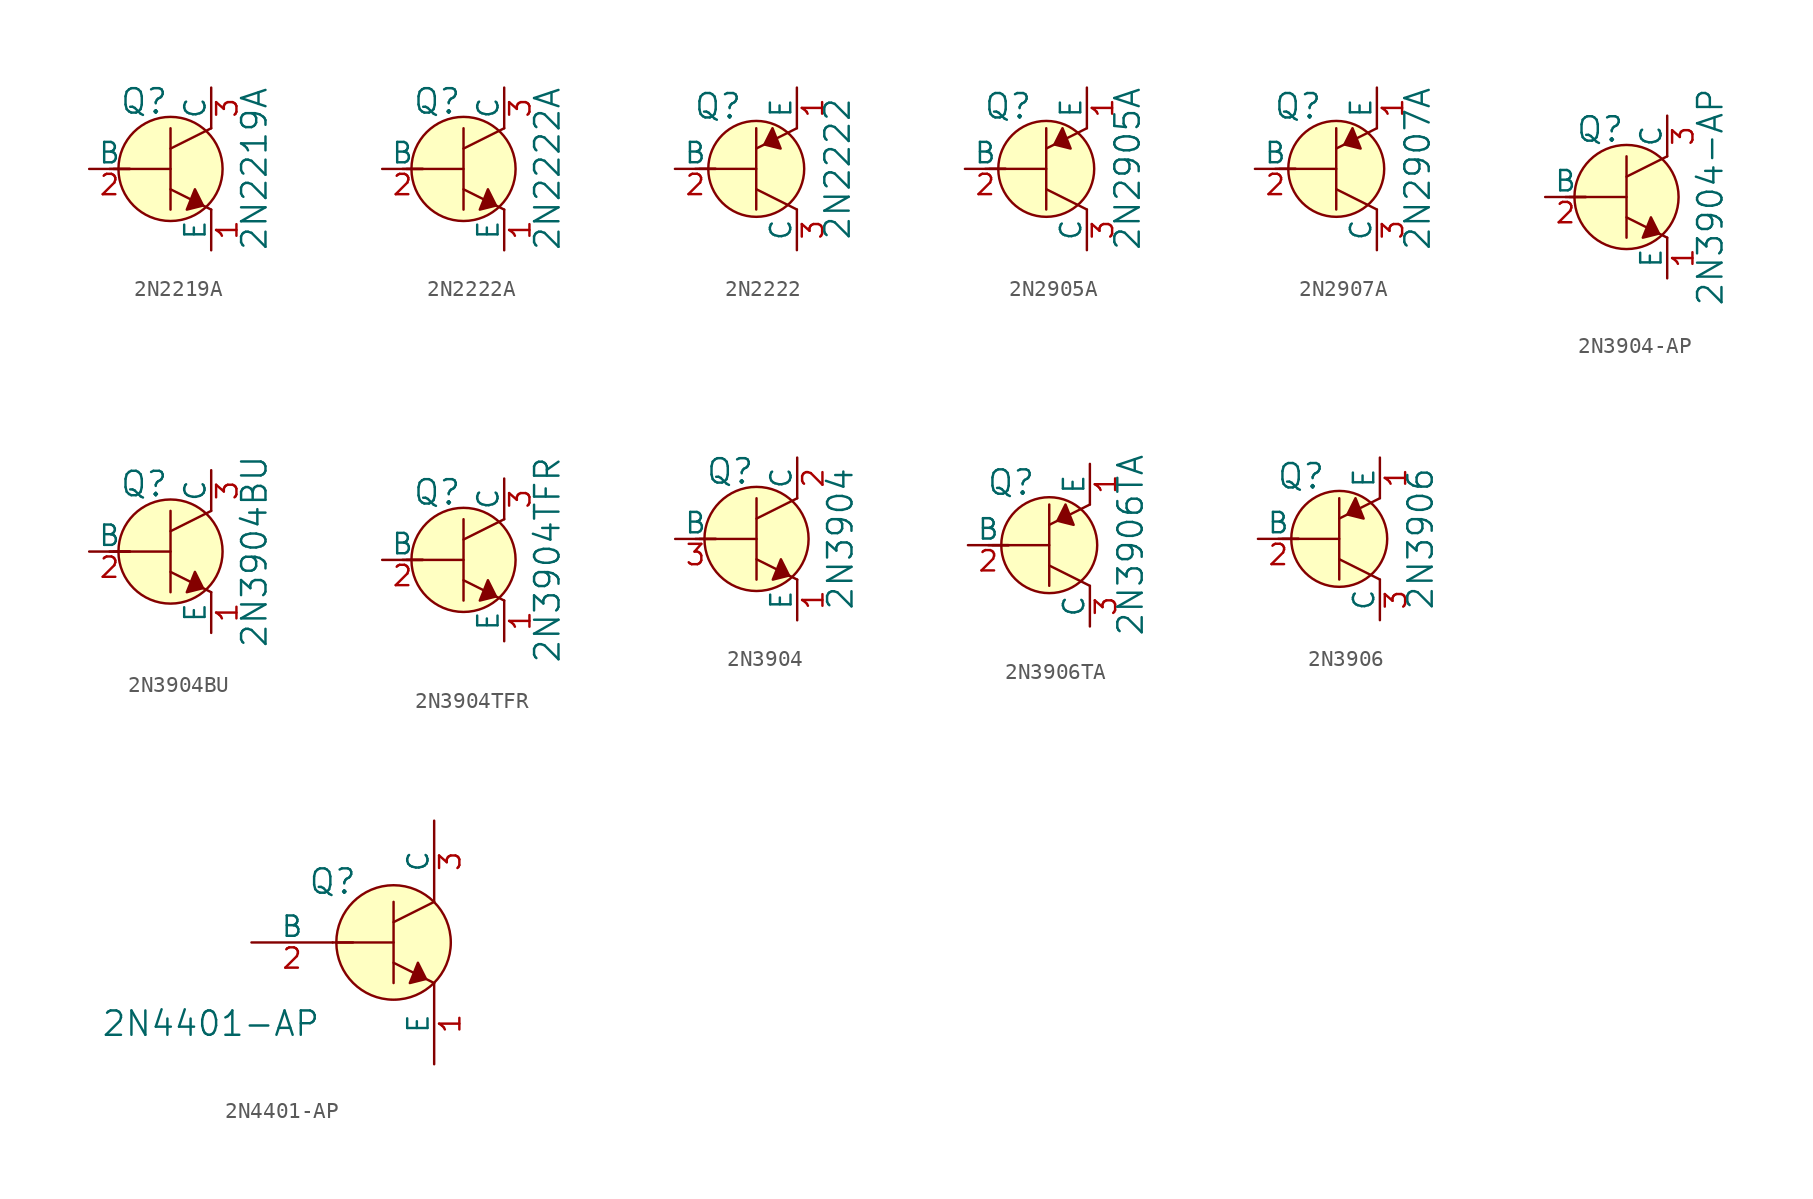
<source format=kicad_sym>
(kicad_symbol_lib
  (version 20201005)
  (generator kicad_symbol_editor)
  (symbol "2N2219A"
    (pin_names
      (offset 0))
    (property "Reference" "Q"
      (at -3.2 4.216 0)
      (effects (font (size 1.524 1.524)) (justify left)))
    (property "Value" "2N2219A"
      (at 5.232 0 90)
      (effects (font (size 1.524 1.524))))
    (symbol "2N2219A_0_1"
      (circle (center 0 0) (radius 3.251) (stroke (width 0)) (fill (type background)))
      (polyline (pts (xy -3.81 0) (xy -2.54 0)) (stroke (width 0)) (fill (type none)))
      (polyline (pts (xy -3.556 0) (xy 0 0)) (stroke (width 0)) (fill (type none)))
      (polyline (pts (xy 0 -1.27) (xy 2.54 -2.54)) (stroke (width 0)) (fill (type none)))
      (polyline (pts (xy 0 1.27) (xy 2.54 2.54)) (stroke (width 0)) (fill (type none)))
      (polyline (pts (xy 0 2.54) (xy 0 -2.54)) (stroke (width 0)) (fill (type none)))
      (polyline (pts (xy 1.524 -1.27) (xy 2.032 -2.286) (xy 1.016 -2.54) (xy 1.524 -1.27)) (stroke (width 0)) (fill (type outline))))
    (symbol "2N2219A_1_1"
      (pin passive line (at 2.54 -5.08 90) (length 2.54) (name "E" (effects (font (size 1.27 1.27)))) (number "1" (effects (font (size 1.27 1.27)))))
      (pin input line (at -5.08 0 0) (length 2.54) (name "B" (effects (font (size 1.27 1.27)))) (number "2" (effects (font (size 1.27 1.27)))))
      (pin passive line (at 2.54 5.08 270) (length 2.54) (name "C" (effects (font (size 1.27 1.27)))) (number "3" (effects (font (size 1.27 1.27)))))))
  (symbol "2N2222A"
    (pin_names
      (offset 0))
    (property "Reference" "Q"
      (at -3.2 4.216 0)
      (effects (font (size 1.524 1.524)) (justify left)))
    (property "Value" "2N2222A"
      (at 5.232 0 90)
      (effects (font (size 1.524 1.524))))
    (symbol "2N2222A_0_1"
      (circle (center 0 0) (radius 3.251) (stroke (width 0)) (fill (type background)))
      (polyline (pts (xy -3.81 0) (xy -2.54 0)) (stroke (width 0)) (fill (type none)))
      (polyline (pts (xy -3.556 0) (xy 0 0)) (stroke (width 0)) (fill (type none)))
      (polyline (pts (xy 0 -1.27) (xy 2.54 -2.54)) (stroke (width 0)) (fill (type none)))
      (polyline (pts (xy 0 1.27) (xy 2.54 2.54)) (stroke (width 0)) (fill (type none)))
      (polyline (pts (xy 0 2.54) (xy 0 -2.54)) (stroke (width 0)) (fill (type none)))
      (polyline (pts (xy 1.524 -1.27) (xy 2.032 -2.286) (xy 1.016 -2.54) (xy 1.524 -1.27)) (stroke (width 0)) (fill (type outline))))
    (symbol "2N2222A_1_1"
      (pin passive line (at 2.54 -5.08 90) (length 2.54) (name "E" (effects (font (size 1.27 1.27)))) (number "1" (effects (font (size 1.27 1.27)))))
      (pin input line (at -5.08 0 0) (length 2.54) (name "B" (effects (font (size 1.27 1.27)))) (number "2" (effects (font (size 1.27 1.27)))))
      (pin passive line (at 2.54 5.08 270) (length 2.54) (name "C" (effects (font (size 1.27 1.27)))) (number "3" (effects (font (size 1.27 1.27)))))))
  (symbol "2N2222"
    (pin_names
      (offset 0))
    (property "Reference" "Q"
      (at -2.388 3.912 0)
      (effects (font (size 1.524 1.524))))
    (property "Value" "2N2222"
      (at 5.08 0 90)
      (effects (font (size 1.524 1.524))))
    (symbol "2N2222_0_1"
      (circle (center 0 0) (radius 2.997) (stroke (width 0)) (fill (type background)))
      (polyline (pts (xy -3.81 0) (xy -2.54 0)) (stroke (width 0)) (fill (type none)))
      (polyline (pts (xy -3.556 0) (xy 0 0)) (stroke (width 0)) (fill (type none)))
      (polyline (pts (xy 0 -1.27) (xy 2.54 -2.54)) (stroke (width 0)) (fill (type none)))
      (polyline (pts (xy 0 1.27) (xy 2.54 2.54)) (stroke (width 0)) (fill (type none)))
      (polyline (pts (xy 0 2.54) (xy 0 -2.54)) (stroke (width 0)) (fill (type none)))
      (polyline (pts (xy 1.016 2.54) (xy 0.508 1.524) (xy 1.524 1.27) (xy 1.016 2.54)) (stroke (width 0)) (fill (type outline))))
    (symbol "2N2222_1_1"
      (pin passive line (at 2.54 5.08 270) (length 2.54) (name "E" (effects (font (size 1.27 1.27)))) (number "1" (effects (font (size 1.27 1.27)))))
      (pin input line (at -5.08 0 0) (length 2.54) (name "B" (effects (font (size 1.27 1.27)))) (number "2" (effects (font (size 1.27 1.27)))))
      (pin passive line (at 2.54 -5.08 90) (length 2.54) (name "C" (effects (font (size 1.27 1.27)))) (number "3" (effects (font (size 1.27 1.27)))))))
  (symbol "2N2905A"
    (pin_names
      (offset 0))
    (property "Reference" "Q"
      (at -2.388 3.912 0)
      (effects (font (size 1.524 1.524))))
    (property "Value" "2N2905A"
      (at 5.08 0 90)
      (effects (font (size 1.524 1.524))))
    (symbol "2N2905A_0_1"
      (circle (center 0 0) (radius 2.997) (stroke (width 0)) (fill (type background)))
      (polyline (pts (xy -3.81 0) (xy -2.54 0)) (stroke (width 0)) (fill (type none)))
      (polyline (pts (xy -3.556 0) (xy 0 0)) (stroke (width 0)) (fill (type none)))
      (polyline (pts (xy 0 -1.27) (xy 2.54 -2.54)) (stroke (width 0)) (fill (type none)))
      (polyline (pts (xy 0 1.27) (xy 2.54 2.54)) (stroke (width 0)) (fill (type none)))
      (polyline (pts (xy 0 2.54) (xy 0 -2.54)) (stroke (width 0)) (fill (type none)))
      (polyline (pts (xy 1.016 2.54) (xy 0.508 1.524) (xy 1.524 1.27) (xy 1.016 2.54)) (stroke (width 0)) (fill (type outline))))
    (symbol "2N2905A_1_1"
      (pin passive line (at 2.54 5.08 270) (length 2.54) (name "E" (effects (font (size 1.27 1.27)))) (number "1" (effects (font (size 1.27 1.27)))))
      (pin input line (at -5.08 0 0) (length 2.54) (name "B" (effects (font (size 1.27 1.27)))) (number "2" (effects (font (size 1.27 1.27)))))
      (pin passive line (at 2.54 -5.08 90) (length 2.54) (name "C" (effects (font (size 1.27 1.27)))) (number "3" (effects (font (size 1.27 1.27)))))))
  (symbol "2N2907A"
    (pin_names
      (offset 0))
    (property "Reference" "Q"
      (at -2.388 3.912 0)
      (effects (font (size 1.524 1.524))))
    (property "Value" "2N2907A"
      (at 5.08 0 90)
      (effects (font (size 1.524 1.524))))
    (symbol "2N2907A_0_1"
      (circle (center 0 0) (radius 2.997) (stroke (width 0)) (fill (type background)))
      (polyline (pts (xy -3.81 0) (xy -2.54 0)) (stroke (width 0)) (fill (type none)))
      (polyline (pts (xy -3.556 0) (xy 0 0)) (stroke (width 0)) (fill (type none)))
      (polyline (pts (xy 0 -1.27) (xy 2.54 -2.54)) (stroke (width 0)) (fill (type none)))
      (polyline (pts (xy 0 1.27) (xy 2.54 2.54)) (stroke (width 0)) (fill (type none)))
      (polyline (pts (xy 0 2.54) (xy 0 -2.54)) (stroke (width 0)) (fill (type none)))
      (polyline (pts (xy 1.016 2.54) (xy 0.508 1.524) (xy 1.524 1.27) (xy 1.016 2.54)) (stroke (width 0)) (fill (type outline))))
    (symbol "2N2907A_1_1"
      (pin passive line (at 2.54 5.08 270) (length 2.54) (name "E" (effects (font (size 1.27 1.27)))) (number "1" (effects (font (size 1.27 1.27)))))
      (pin input line (at -5.08 0 0) (length 2.54) (name "B" (effects (font (size 1.27 1.27)))) (number "2" (effects (font (size 1.27 1.27)))))
      (pin passive line (at 2.54 -5.08 90) (length 2.54) (name "C" (effects (font (size 1.27 1.27)))) (number "3" (effects (font (size 1.27 1.27)))))))
  (symbol "2N3904-AP"
    (pin_names
      (offset 0))
    (property "Reference" "Q"
      (at -3.2 4.216 0)
      (effects (font (size 1.524 1.524)) (justify left)))
    (property "Value" "2N3904-AP"
      (at 5.232 0 90)
      (effects (font (size 1.524 1.524))))
    (symbol "2N3904-AP_0_1"
      (circle (center 0 0) (radius 3.251) (stroke (width 0)) (fill (type background)))
      (polyline (pts (xy -3.81 0) (xy -2.54 0)) (stroke (width 0)) (fill (type none)))
      (polyline (pts (xy -3.556 0) (xy 0 0)) (stroke (width 0)) (fill (type none)))
      (polyline (pts (xy 0 -1.27) (xy 2.54 -2.54)) (stroke (width 0)) (fill (type none)))
      (polyline (pts (xy 0 1.27) (xy 2.54 2.54)) (stroke (width 0)) (fill (type none)))
      (polyline (pts (xy 0 2.54) (xy 0 -2.54)) (stroke (width 0)) (fill (type none)))
      (polyline (pts (xy 1.524 -1.27) (xy 2.032 -2.286) (xy 1.016 -2.54) (xy 1.524 -1.27)) (stroke (width 0)) (fill (type outline))))
    (symbol "2N3904-AP_1_1"
      (pin passive line (at 2.54 -5.08 90) (length 2.54) (name "E" (effects (font (size 1.27 1.27)))) (number "1" (effects (font (size 1.27 1.27)))))
      (pin input line (at -5.08 0 0) (length 2.54) (name "B" (effects (font (size 1.27 1.27)))) (number "2" (effects (font (size 1.27 1.27)))))
      (pin passive line (at 2.54 5.08 270) (length 2.54) (name "C" (effects (font (size 1.27 1.27)))) (number "3" (effects (font (size 1.27 1.27)))))))
  (symbol "2N3904BU"
    (pin_names
      (offset 0))
    (property "Reference" "Q"
      (at -3.2 4.216 0)
      (effects (font (size 1.524 1.524)) (justify left)))
    (property "Value" "2N3904BU"
      (at 5.232 0 90)
      (effects (font (size 1.524 1.524))))
    (symbol "2N3904BU_0_1"
      (circle (center 0 0) (radius 3.251) (stroke (width 0)) (fill (type background)))
      (polyline (pts (xy -3.81 0) (xy -2.54 0)) (stroke (width 0)) (fill (type none)))
      (polyline (pts (xy -3.556 0) (xy 0 0)) (stroke (width 0)) (fill (type none)))
      (polyline (pts (xy 0 -1.27) (xy 2.54 -2.54)) (stroke (width 0)) (fill (type none)))
      (polyline (pts (xy 0 1.27) (xy 2.54 2.54)) (stroke (width 0)) (fill (type none)))
      (polyline (pts (xy 0 2.54) (xy 0 -2.54)) (stroke (width 0)) (fill (type none)))
      (polyline (pts (xy 1.524 -1.27) (xy 2.032 -2.286) (xy 1.016 -2.54) (xy 1.524 -1.27)) (stroke (width 0)) (fill (type outline))))
    (symbol "2N3904BU_1_1"
      (pin passive line (at 2.54 -5.08 90) (length 2.54) (name "E" (effects (font (size 1.27 1.27)))) (number "1" (effects (font (size 1.27 1.27)))))
      (pin input line (at -5.08 0 0) (length 2.54) (name "B" (effects (font (size 1.27 1.27)))) (number "2" (effects (font (size 1.27 1.27)))))
      (pin passive line (at 2.54 5.08 270) (length 2.54) (name "C" (effects (font (size 1.27 1.27)))) (number "3" (effects (font (size 1.27 1.27)))))))
  (symbol "2N3904TFR"
    (pin_names
      (offset 0))
    (property "Reference" "Q"
      (at -3.2 4.216 0)
      (effects (font (size 1.524 1.524)) (justify left)))
    (property "Value" "2N3904TFR"
      (at 5.232 0 90)
      (effects (font (size 1.524 1.524))))
    (symbol "2N3904TFR_0_1"
      (circle (center 0 0) (radius 3.251) (stroke (width 0)) (fill (type background)))
      (polyline (pts (xy -3.81 0) (xy -2.54 0)) (stroke (width 0)) (fill (type none)))
      (polyline (pts (xy -3.556 0) (xy 0 0)) (stroke (width 0)) (fill (type none)))
      (polyline (pts (xy 0 -1.27) (xy 2.54 -2.54)) (stroke (width 0)) (fill (type none)))
      (polyline (pts (xy 0 1.27) (xy 2.54 2.54)) (stroke (width 0)) (fill (type none)))
      (polyline (pts (xy 0 2.54) (xy 0 -2.54)) (stroke (width 0)) (fill (type none)))
      (polyline (pts (xy 1.524 -1.27) (xy 2.032 -2.286) (xy 1.016 -2.54) (xy 1.524 -1.27)) (stroke (width 0)) (fill (type outline))))
    (symbol "2N3904TFR_1_1"
      (pin passive line (at 2.54 -5.08 90) (length 2.54) (name "E" (effects (font (size 1.27 1.27)))) (number "1" (effects (font (size 1.27 1.27)))))
      (pin input line (at -5.08 0 0) (length 2.54) (name "B" (effects (font (size 1.27 1.27)))) (number "2" (effects (font (size 1.27 1.27)))))
      (pin passive line (at 2.54 5.08 270) (length 2.54) (name "C" (effects (font (size 1.27 1.27)))) (number "3" (effects (font (size 1.27 1.27)))))))
  (symbol "2N3904"
    (pin_names
      (offset 0))
    (property "Reference" "Q"
      (at -3.2 4.216 0)
      (effects (font (size 1.524 1.524)) (justify left)))
    (property "Value" "2N3904"
      (at 5.232 0 90)
      (effects (font (size 1.524 1.524))))
    (symbol "2N3904_0_1"
      (circle (center 0 0) (radius 3.251) (stroke (width 0)) (fill (type background)))
      (polyline (pts (xy -3.81 0) (xy -2.54 0)) (stroke (width 0)) (fill (type none)))
      (polyline (pts (xy -3.556 0) (xy 0 0)) (stroke (width 0)) (fill (type none)))
      (polyline (pts (xy 0 -1.27) (xy 2.54 -2.54)) (stroke (width 0)) (fill (type none)))
      (polyline (pts (xy 0 1.27) (xy 2.54 2.54)) (stroke (width 0)) (fill (type none)))
      (polyline (pts (xy 0 2.54) (xy 0 -2.54)) (stroke (width 0)) (fill (type none)))
      (polyline (pts (xy 1.524 -1.27) (xy 2.032 -2.286) (xy 1.016 -2.54) (xy 1.524 -1.27)) (stroke (width 0)) (fill (type outline))))
    (symbol "2N3904_1_1"
      (pin passive line (at 2.54 -5.08 90) (length 2.54) (name "E" (effects (font (size 1.27 1.27)))) (number "1" (effects (font (size 1.27 1.27)))))
      (pin passive line (at 2.54 5.08 270) (length 2.54) (name "C" (effects (font (size 1.27 1.27)))) (number "2" (effects (font (size 1.27 1.27)))))
      (pin input line (at -5.08 0 0) (length 2.54) (name "B" (effects (font (size 1.27 1.27)))) (number "3" (effects (font (size 1.27 1.27)))))))
  (symbol "2N3906TA"
    (pin_names
      (offset 0))
    (property "Reference" "Q"
      (at -2.388 3.912 0)
      (effects (font (size 1.524 1.524))))
    (property "Value" "2N3906TA"
      (at 5.08 0 90)
      (effects (font (size 1.524 1.524))))
    (symbol "2N3906TA_0_1"
      (circle (center 0 0) (radius 2.997) (stroke (width 0)) (fill (type background)))
      (polyline (pts (xy -3.81 0) (xy -2.54 0)) (stroke (width 0)) (fill (type none)))
      (polyline (pts (xy -3.556 0) (xy 0 0)) (stroke (width 0)) (fill (type none)))
      (polyline (pts (xy 0 -1.27) (xy 2.54 -2.54)) (stroke (width 0)) (fill (type none)))
      (polyline (pts (xy 0 1.27) (xy 2.54 2.54)) (stroke (width 0)) (fill (type none)))
      (polyline (pts (xy 0 2.54) (xy 0 -2.54)) (stroke (width 0)) (fill (type none)))
      (polyline (pts (xy 1.016 2.54) (xy 0.508 1.524) (xy 1.524 1.27) (xy 1.016 2.54)) (stroke (width 0)) (fill (type outline))))
    (symbol "2N3906TA_1_1"
      (pin passive line (at 2.54 5.08 270) (length 2.54) (name "E" (effects (font (size 1.27 1.27)))) (number "1" (effects (font (size 1.27 1.27)))))
      (pin input line (at -5.08 0 0) (length 2.54) (name "B" (effects (font (size 1.27 1.27)))) (number "2" (effects (font (size 1.27 1.27)))))
      (pin passive line (at 2.54 -5.08 90) (length 2.54) (name "C" (effects (font (size 1.27 1.27)))) (number "3" (effects (font (size 1.27 1.27)))))))
  (symbol "2N3906"
    (pin_names
      (offset 0))
    (property "Reference" "Q"
      (at -2.388 3.912 0)
      (effects (font (size 1.524 1.524))))
    (property "Value" "2N3906"
      (at 5.08 0 90)
      (effects (font (size 1.524 1.524))))
    (symbol "2N3906_0_1"
      (circle (center 0 0) (radius 2.997) (stroke (width 0)) (fill (type background)))
      (polyline (pts (xy -3.81 0) (xy -2.54 0)) (stroke (width 0)) (fill (type none)))
      (polyline (pts (xy -3.556 0) (xy 0 0)) (stroke (width 0)) (fill (type none)))
      (polyline (pts (xy 0 -1.27) (xy 2.54 -2.54)) (stroke (width 0)) (fill (type none)))
      (polyline (pts (xy 0 1.27) (xy 2.54 2.54)) (stroke (width 0)) (fill (type none)))
      (polyline (pts (xy 0 2.54) (xy 0 -2.54)) (stroke (width 0)) (fill (type none)))
      (polyline (pts (xy 1.016 2.54) (xy 0.508 1.524) (xy 1.524 1.27) (xy 1.016 2.54)) (stroke (width 0)) (fill (type outline))))
    (symbol "2N3906_1_1"
      (pin passive line (at 2.54 5.08 270) (length 2.54) (name "E" (effects (font (size 1.27 1.27)))) (number "1" (effects (font (size 1.27 1.27)))))
      (pin input line (at -5.08 0 0) (length 2.54) (name "B" (effects (font (size 1.27 1.27)))) (number "2" (effects (font (size 1.27 1.27)))))
      (pin passive line (at 2.54 -5.08 90) (length 2.54) (name "C" (effects (font (size 1.27 1.27)))) (number "3" (effects (font (size 1.27 1.27)))))))
  (symbol "2N4401-AP"
    (pin_names
      (offset 0))
    (property "Reference" "Q"
      (at -3.81 3.81 0)
      (effects (font (size 1.524 1.524))))
    (property "Value" "2N4401-AP"
      (at -11.43 -5.08 0)
      (effects (font (size 1.524 1.524))))
    (symbol "2N4401-AP_0_1"
      (circle (center 0 0) (radius 3.581) (stroke (width 0)) (fill (type background)))
      (polyline (pts (xy -3.81 0) (xy -2.54 0)) (stroke (width 0)) (fill (type none)))
      (polyline (pts (xy -3.556 0) (xy 0 0)) (stroke (width 0)) (fill (type none)))
      (polyline (pts (xy 0 -1.27) (xy 2.54 -2.54)) (stroke (width 0)) (fill (type none)))
      (polyline (pts (xy 0 1.27) (xy 2.54 2.54)) (stroke (width 0)) (fill (type none)))
      (polyline (pts (xy 0 2.54) (xy 0 -2.54)) (stroke (width 0)) (fill (type none)))
      (polyline (pts (xy 1.524 -1.27) (xy 2.032 -2.286) (xy 1.016 -2.54) (xy 1.524 -1.27)) (stroke (width 0)) (fill (type outline))))
    (symbol "2N4401-AP_1_1"
      (pin input line (at 2.54 -7.62 90) (length 5.08) (name "E" (effects (font (size 1.27 1.27)))) (number "1" (effects (font (size 1.27 1.27)))))
      (pin input line (at -8.89 0 0) (length 5.08) (name "B" (effects (font (size 1.27 1.27)))) (number "2" (effects (font (size 1.27 1.27)))))
      (pin input line (at 2.54 7.62 270) (length 5.08) (name "C" (effects (font (size 1.27 1.27)))) (number "3" (effects (font (size 1.27 1.27))))))))
</source>
